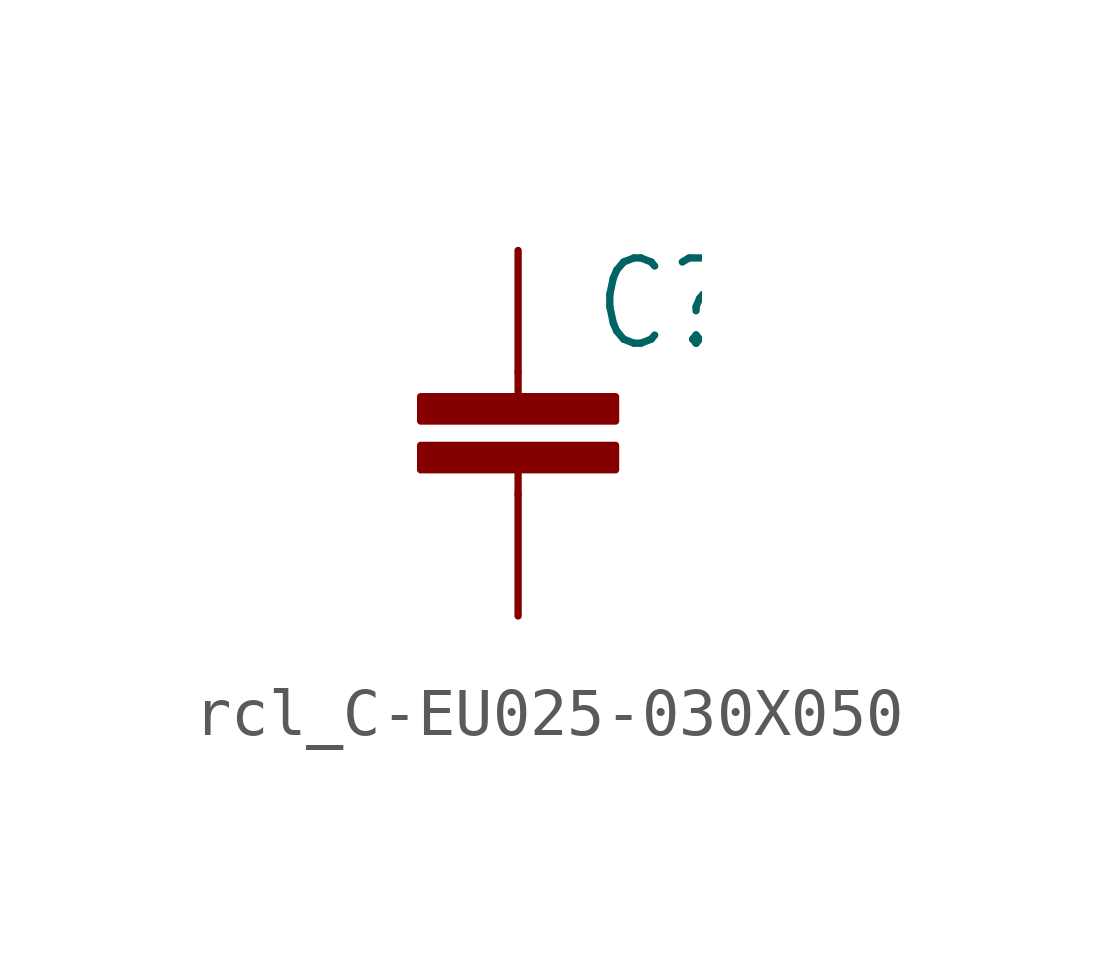
<source format=kicad_sym>
(kicad_symbol_lib
  (version 20241209)
  (generator "kicad_symbol_editor")
  (generator_version "9.0")
  (symbol "rcl_C-EU025-030X050"
    (property "Reference" "C"
      (at 1.524 0.381 0)
      (effects (font (size 1.778 1.511)) (justify left bottom)))
    (property "Value" ""
      (at 1.524 -4.699 0)
      (effects (font (size 1.778 1.511)) (justify left bottom)))
    (property "ki_locked" ""
      (at 0 0 0)
      (effects (font (size 1.27 1.27))))
    (symbol "rcl_C-EU025-030X050_1_0"
      (rectangle (start -2.032 -1.016) (end 2.032 -0.508) (stroke (width 0) (type default)) (fill (type outline)))
      (rectangle (start -2.032 -2.032) (end 2.032 -1.524) (stroke (width 0) (type default)) (fill (type outline)))
      (polyline (pts (xy 0 0) (xy 0 -0.508)) (stroke (width 0.152) (type solid)) (fill (type none)))
      (polyline (pts (xy 0 -2.54) (xy 0 -2.032)) (stroke (width 0.152) (type solid)) (fill (type none)))
      (pin passive line (at 0 2.54 270) (length 2.54) (name "1" (effects (font (size 0 0)))) (number "1" (effects (font (size 0 0)))))
      (pin passive line (at 0 -5.08 90) (length 2.54) (name "2" (effects (font (size 0 0)))) (number "2" (effects (font (size 0 0))))))))
</source>
